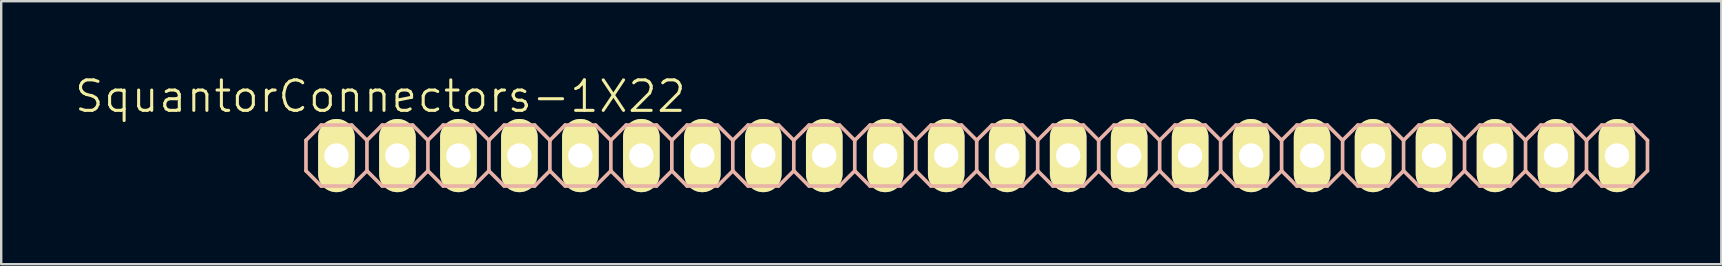
<source format=kicad_pcb>
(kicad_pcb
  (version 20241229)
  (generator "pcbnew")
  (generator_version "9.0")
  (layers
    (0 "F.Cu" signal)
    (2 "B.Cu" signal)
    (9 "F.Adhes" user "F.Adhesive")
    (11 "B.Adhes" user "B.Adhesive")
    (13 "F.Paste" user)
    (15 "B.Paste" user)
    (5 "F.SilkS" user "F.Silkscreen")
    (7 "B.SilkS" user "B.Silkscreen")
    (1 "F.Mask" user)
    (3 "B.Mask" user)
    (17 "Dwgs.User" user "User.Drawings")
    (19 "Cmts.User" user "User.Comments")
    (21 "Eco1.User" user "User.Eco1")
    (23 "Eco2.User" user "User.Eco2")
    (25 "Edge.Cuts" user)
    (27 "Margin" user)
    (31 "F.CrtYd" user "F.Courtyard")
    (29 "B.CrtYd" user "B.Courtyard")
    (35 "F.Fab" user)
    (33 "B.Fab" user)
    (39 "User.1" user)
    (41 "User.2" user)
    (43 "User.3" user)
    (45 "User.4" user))
  (footprint "SquantorConnectors-1X22"
    (layer "F.Cu")
    (at 37.635 3.43)
    (property "Reference" "SquantorConnectors-1X22" (at -24.841 -2.464 0) (layer "F.SilkS") (effects (font (size 1.27 1.27) (thickness 0.127))))
    (attr exclude_from_pos_files exclude_from_bom)
    (fp_line (start -26.924 -0.254) (end -26.416 -0.254) (stroke (width 0.066) (type solid)) (layer "F.SilkS"))
    (fp_line (start -26.924 0.254) (end -26.924 -0.254) (stroke (width 0.066) (type solid)) (layer "F.SilkS"))
    (fp_line (start -26.924 0.254) (end -26.416 0.254) (stroke (width 0.066) (type solid)) (layer "F.SilkS"))
    (fp_line (start -26.416 0.254) (end -26.416 -0.254) (stroke (width 0.066) (type solid)) (layer "F.SilkS"))
    (fp_line (start -24.384 -0.254) (end -23.876 -0.254) (stroke (width 0.066) (type solid)) (layer "F.SilkS"))
    (fp_line (start -24.384 0.254) (end -24.384 -0.254) (stroke (width 0.066) (type solid)) (layer "F.SilkS"))
    (fp_line (start -24.384 0.254) (end -23.876 0.254) (stroke (width 0.066) (type solid)) (layer "F.SilkS"))
    (fp_line (start -23.876 0.254) (end -23.876 -0.254) (stroke (width 0.066) (type solid)) (layer "F.SilkS"))
    (fp_line (start -21.844 -0.254) (end -21.336 -0.254) (stroke (width 0.066) (type solid)) (layer "F.SilkS"))
    (fp_line (start -21.844 0.254) (end -21.844 -0.254) (stroke (width 0.066) (type solid)) (layer "F.SilkS"))
    (fp_line (start -21.844 0.254) (end -21.336 0.254) (stroke (width 0.066) (type solid)) (layer "F.SilkS"))
    (fp_line (start -21.336 0.254) (end -21.336 -0.254) (stroke (width 0.066) (type solid)) (layer "F.SilkS"))
    (fp_line (start -19.304 -0.254) (end -18.796 -0.254) (stroke (width 0.066) (type solid)) (layer "F.SilkS"))
    (fp_line (start -19.304 0.254) (end -19.304 -0.254) (stroke (width 0.066) (type solid)) (layer "F.SilkS"))
    (fp_line (start -19.304 0.254) (end -18.796 0.254) (stroke (width 0.066) (type solid)) (layer "F.SilkS"))
    (fp_line (start -18.796 0.254) (end -18.796 -0.254) (stroke (width 0.066) (type solid)) (layer "F.SilkS"))
    (fp_line (start -16.764 -0.254) (end -16.256 -0.254) (stroke (width 0.066) (type solid)) (layer "F.SilkS"))
    (fp_line (start -16.764 0.254) (end -16.764 -0.254) (stroke (width 0.066) (type solid)) (layer "F.SilkS"))
    (fp_line (start -16.764 0.254) (end -16.256 0.254) (stroke (width 0.066) (type solid)) (layer "F.SilkS"))
    (fp_line (start -16.256 0.254) (end -16.256 -0.254) (stroke (width 0.066) (type solid)) (layer "F.SilkS"))
    (fp_line (start -14.224 -0.254) (end -13.716 -0.254) (stroke (width 0.066) (type solid)) (layer "F.SilkS"))
    (fp_line (start -14.224 0.254) (end -14.224 -0.254) (stroke (width 0.066) (type solid)) (layer "F.SilkS"))
    (fp_line (start -14.224 0.254) (end -13.716 0.254) (stroke (width 0.066) (type solid)) (layer "F.SilkS"))
    (fp_line (start -13.716 0.254) (end -13.716 -0.254) (stroke (width 0.066) (type solid)) (layer "F.SilkS"))
    (fp_line (start -11.684 -0.254) (end -11.176 -0.254) (stroke (width 0.066) (type solid)) (layer "F.SilkS"))
    (fp_line (start -11.684 0.254) (end -11.684 -0.254) (stroke (width 0.066) (type solid)) (layer "F.SilkS"))
    (fp_line (start -11.684 0.254) (end -11.176 0.254) (stroke (width 0.066) (type solid)) (layer "F.SilkS"))
    (fp_line (start -11.176 0.254) (end -11.176 -0.254) (stroke (width 0.066) (type solid)) (layer "F.SilkS"))
    (fp_line (start -9.144 -0.254) (end -8.636 -0.254) (stroke (width 0.066) (type solid)) (layer "F.SilkS"))
    (fp_line (start -9.144 0.254) (end -9.144 -0.254) (stroke (width 0.066) (type solid)) (layer "F.SilkS"))
    (fp_line (start -9.144 0.254) (end -8.636 0.254) (stroke (width 0.066) (type solid)) (layer "F.SilkS"))
    (fp_line (start -8.636 0.254) (end -8.636 -0.254) (stroke (width 0.066) (type solid)) (layer "F.SilkS"))
    (fp_line (start -6.604 -0.254) (end -6.096 -0.254) (stroke (width 0.066) (type solid)) (layer "F.SilkS"))
    (fp_line (start -6.604 0.254) (end -6.604 -0.254) (stroke (width 0.066) (type solid)) (layer "F.SilkS"))
    (fp_line (start -6.604 0.254) (end -6.096 0.254) (stroke (width 0.066) (type solid)) (layer "F.SilkS"))
    (fp_line (start -6.096 0.254) (end -6.096 -0.254) (stroke (width 0.066) (type solid)) (layer "F.SilkS"))
    (fp_line (start -4.064 -0.254) (end -3.556 -0.254) (stroke (width 0.066) (type solid)) (layer "F.SilkS"))
    (fp_line (start -4.064 0.254) (end -4.064 -0.254) (stroke (width 0.066) (type solid)) (layer "F.SilkS"))
    (fp_line (start -4.064 0.254) (end -3.556 0.254) (stroke (width 0.066) (type solid)) (layer "F.SilkS"))
    (fp_line (start -3.556 0.254) (end -3.556 -0.254) (stroke (width 0.066) (type solid)) (layer "F.SilkS"))
    (fp_line (start -1.524 -0.254) (end -1.016 -0.254) (stroke (width 0.066) (type solid)) (layer "F.SilkS"))
    (fp_line (start -1.524 0.254) (end -1.524 -0.254) (stroke (width 0.066) (type solid)) (layer "F.SilkS"))
    (fp_line (start -1.524 0.254) (end -1.016 0.254) (stroke (width 0.066) (type solid)) (layer "F.SilkS"))
    (fp_line (start -1.016 0.254) (end -1.016 -0.254) (stroke (width 0.066) (type solid)) (layer "F.SilkS"))
    (fp_line (start 1.016 -0.254) (end 1.524 -0.254) (stroke (width 0.066) (type solid)) (layer "F.SilkS"))
    (fp_line (start 1.016 0.254) (end 1.016 -0.254) (stroke (width 0.066) (type solid)) (layer "F.SilkS"))
    (fp_line (start 1.016 0.254) (end 1.524 0.254) (stroke (width 0.066) (type solid)) (layer "F.SilkS"))
    (fp_line (start 1.524 0.254) (end 1.524 -0.254) (stroke (width 0.066) (type solid)) (layer "F.SilkS"))
    (fp_line (start 3.556 -0.254) (end 4.064 -0.254) (stroke (width 0.066) (type solid)) (layer "F.SilkS"))
    (fp_line (start 3.556 0.254) (end 3.556 -0.254) (stroke (width 0.066) (type solid)) (layer "F.SilkS"))
    (fp_line (start 3.556 0.254) (end 4.064 0.254) (stroke (width 0.066) (type solid)) (layer "F.SilkS"))
    (fp_line (start 4.064 0.254) (end 4.064 -0.254) (stroke (width 0.066) (type solid)) (layer "F.SilkS"))
    (fp_line (start 6.096 -0.254) (end 6.604 -0.254) (stroke (width 0.066) (type solid)) (layer "F.SilkS"))
    (fp_line (start 6.096 0.254) (end 6.096 -0.254) (stroke (width 0.066) (type solid)) (layer "F.SilkS"))
    (fp_line (start 6.096 0.254) (end 6.604 0.254) (stroke (width 0.066) (type solid)) (layer "F.SilkS"))
    (fp_line (start 6.604 0.254) (end 6.604 -0.254) (stroke (width 0.066) (type solid)) (layer "F.SilkS"))
    (fp_line (start 8.636 -0.254) (end 9.144 -0.254) (stroke (width 0.066) (type solid)) (layer "F.SilkS"))
    (fp_line (start 8.636 0.254) (end 8.636 -0.254) (stroke (width 0.066) (type solid)) (layer "F.SilkS"))
    (fp_line (start 8.636 0.254) (end 9.144 0.254) (stroke (width 0.066) (type solid)) (layer "F.SilkS"))
    (fp_line (start 9.144 0.254) (end 9.144 -0.254) (stroke (width 0.066) (type solid)) (layer "F.SilkS"))
    (fp_line (start 11.176 -0.254) (end 11.684 -0.254) (stroke (width 0.066) (type solid)) (layer "F.SilkS"))
    (fp_line (start 11.176 0.254) (end 11.176 -0.254) (stroke (width 0.066) (type solid)) (layer "F.SilkS"))
    (fp_line (start 11.176 0.254) (end 11.684 0.254) (stroke (width 0.066) (type solid)) (layer "F.SilkS"))
    (fp_line (start 11.684 0.254) (end 11.684 -0.254) (stroke (width 0.066) (type solid)) (layer "F.SilkS"))
    (fp_line (start 13.716 -0.254) (end 14.224 -0.254) (stroke (width 0.066) (type solid)) (layer "F.SilkS"))
    (fp_line (start 13.716 0.254) (end 13.716 -0.254) (stroke (width 0.066) (type solid)) (layer "F.SilkS"))
    (fp_line (start 13.716 0.254) (end 14.224 0.254) (stroke (width 0.066) (type solid)) (layer "F.SilkS"))
    (fp_line (start 14.224 0.254) (end 14.224 -0.254) (stroke (width 0.066) (type solid)) (layer "F.SilkS"))
    (fp_line (start 16.256 -0.254) (end 16.764 -0.254) (stroke (width 0.066) (type solid)) (layer "F.SilkS"))
    (fp_line (start 16.256 0.254) (end 16.256 -0.254) (stroke (width 0.066) (type solid)) (layer "F.SilkS"))
    (fp_line (start 16.256 0.254) (end 16.764 0.254) (stroke (width 0.066) (type solid)) (layer "F.SilkS"))
    (fp_line (start 16.764 0.254) (end 16.764 -0.254) (stroke (width 0.066) (type solid)) (layer "F.SilkS"))
    (fp_line (start 18.796 -0.254) (end 19.304 -0.254) (stroke (width 0.066) (type solid)) (layer "F.SilkS"))
    (fp_line (start 18.796 0.254) (end 18.796 -0.254) (stroke (width 0.066) (type solid)) (layer "F.SilkS"))
    (fp_line (start 18.796 0.254) (end 19.304 0.254) (stroke (width 0.066) (type solid)) (layer "F.SilkS"))
    (fp_line (start 19.304 0.254) (end 19.304 -0.254) (stroke (width 0.066) (type solid)) (layer "F.SilkS"))
    (fp_line (start 21.336 -0.254) (end 21.844 -0.254) (stroke (width 0.066) (type solid)) (layer "F.SilkS"))
    (fp_line (start 21.336 0.254) (end 21.336 -0.254) (stroke (width 0.066) (type solid)) (layer "F.SilkS"))
    (fp_line (start 21.336 0.254) (end 21.844 0.254) (stroke (width 0.066) (type solid)) (layer "F.SilkS"))
    (fp_line (start 21.844 0.254) (end 21.844 -0.254) (stroke (width 0.066) (type solid)) (layer "F.SilkS"))
    (fp_line (start 23.876 -0.254) (end 24.384 -0.254) (stroke (width 0.066) (type solid)) (layer "F.SilkS"))
    (fp_line (start 23.876 0.254) (end 23.876 -0.254) (stroke (width 0.066) (type solid)) (layer "F.SilkS"))
    (fp_line (start 23.876 0.254) (end 24.384 0.254) (stroke (width 0.066) (type solid)) (layer "F.SilkS"))
    (fp_line (start 24.384 0.254) (end 24.384 -0.254) (stroke (width 0.066) (type solid)) (layer "F.SilkS"))
    (fp_line (start 26.416 -0.254) (end 26.924 -0.254) (stroke (width 0.066) (type solid)) (layer "F.SilkS"))
    (fp_line (start 26.416 0.254) (end 26.416 -0.254) (stroke (width 0.066) (type solid)) (layer "F.SilkS"))
    (fp_line (start 26.416 0.254) (end 26.924 0.254) (stroke (width 0.066) (type solid)) (layer "F.SilkS"))
    (fp_line (start 26.924 0.254) (end 26.924 -0.254) (stroke (width 0.066) (type solid)) (layer "F.SilkS"))
    (fp_line (start -27.94 -0.635) (end -27.94 0.635) (stroke (width 0.152) (type solid)) (layer "B.SilkS"))
    (fp_line (start -27.94 0.635) (end -27.305 1.27) (stroke (width 0.152) (type solid)) (layer "B.SilkS"))
    (fp_line (start -27.305 -1.27) (end -27.94 -0.635) (stroke (width 0.152) (type solid)) (layer "B.SilkS"))
    (fp_line (start -27.305 -1.27) (end -26.035 -1.27) (stroke (width 0.152) (type solid)) (layer "B.SilkS"))
    (fp_line (start -26.035 -1.27) (end -25.4 -0.635) (stroke (width 0.152) (type solid)) (layer "B.SilkS"))
    (fp_line (start -26.035 1.27) (end -27.305 1.27) (stroke (width 0.152) (type solid)) (layer "B.SilkS"))
    (fp_line (start -25.4 -0.635) (end -25.4 0.635) (stroke (width 0.152) (type solid)) (layer "B.SilkS"))
    (fp_line (start -25.4 -0.635) (end -24.765 -1.27) (stroke (width 0.152) (type solid)) (layer "B.SilkS"))
    (fp_line (start -25.4 0.635) (end -26.035 1.27) (stroke (width 0.152) (type solid)) (layer "B.SilkS"))
    (fp_line (start -24.765 -1.27) (end -23.495 -1.27) (stroke (width 0.152) (type solid)) (layer "B.SilkS"))
    (fp_line (start -24.765 1.27) (end -25.4 0.635) (stroke (width 0.152) (type solid)) (layer "B.SilkS"))
    (fp_line (start -23.495 -1.27) (end -22.86 -0.635) (stroke (width 0.152) (type solid)) (layer "B.SilkS"))
    (fp_line (start -23.495 1.27) (end -24.765 1.27) (stroke (width 0.152) (type solid)) (layer "B.SilkS"))
    (fp_line (start -22.86 -0.635) (end -22.86 0.635) (stroke (width 0.152) (type solid)) (layer "B.SilkS"))
    (fp_line (start -22.86 -0.635) (end -22.225 -1.27) (stroke (width 0.152) (type solid)) (layer "B.SilkS"))
    (fp_line (start -22.86 0.635) (end -23.495 1.27) (stroke (width 0.152) (type solid)) (layer "B.SilkS"))
    (fp_line (start -22.225 -1.27) (end -20.955 -1.27) (stroke (width 0.152) (type solid)) (layer "B.SilkS"))
    (fp_line (start -22.225 1.27) (end -22.86 0.635) (stroke (width 0.152) (type solid)) (layer "B.SilkS"))
    (fp_line (start -20.955 -1.27) (end -20.32 -0.635) (stroke (width 0.152) (type solid)) (layer "B.SilkS"))
    (fp_line (start -20.955 1.27) (end -22.225 1.27) (stroke (width 0.152) (type solid)) (layer "B.SilkS"))
    (fp_line (start -20.32 -0.635) (end -20.32 0.635) (stroke (width 0.152) (type solid)) (layer "B.SilkS"))
    (fp_line (start -20.32 0.635) (end -20.955 1.27) (stroke (width 0.152) (type solid)) (layer "B.SilkS"))
    (fp_line (start -20.32 0.635) (end -19.685 1.27) (stroke (width 0.152) (type solid)) (layer "B.SilkS"))
    (fp_line (start -19.685 -1.27) (end -20.32 -0.635) (stroke (width 0.152) (type solid)) (layer "B.SilkS"))
    (fp_line (start -19.685 -1.27) (end -18.415 -1.27) (stroke (width 0.152) (type solid)) (layer "B.SilkS"))
    (fp_line (start -18.415 -1.27) (end -17.78 -0.635) (stroke (width 0.152) (type solid)) (layer "B.SilkS"))
    (fp_line (start -18.415 1.27) (end -19.685 1.27) (stroke (width 0.152) (type solid)) (layer "B.SilkS"))
    (fp_line (start -17.78 -0.635) (end -17.78 0.635) (stroke (width 0.152) (type solid)) (layer "B.SilkS"))
    (fp_line (start -17.78 -0.635) (end -17.145 -1.27) (stroke (width 0.152) (type solid)) (layer "B.SilkS"))
    (fp_line (start -17.78 0.635) (end -18.415 1.27) (stroke (width 0.152) (type solid)) (layer "B.SilkS"))
    (fp_line (start -17.145 -1.27) (end -15.875 -1.27) (stroke (width 0.152) (type solid)) (layer "B.SilkS"))
    (fp_line (start -17.145 1.27) (end -17.78 0.635) (stroke (width 0.152) (type solid)) (layer "B.SilkS"))
    (fp_line (start -15.875 -1.27) (end -15.24 -0.635) (stroke (width 0.152) (type solid)) (layer "B.SilkS"))
    (fp_line (start -15.875 1.27) (end -17.145 1.27) (stroke (width 0.152) (type solid)) (layer "B.SilkS"))
    (fp_line (start -15.24 -0.635) (end -15.24 0.635) (stroke (width 0.152) (type solid)) (layer "B.SilkS"))
    (fp_line (start -15.24 -0.635) (end -14.605 -1.27) (stroke (width 0.152) (type solid)) (layer "B.SilkS"))
    (fp_line (start -15.24 0.635) (end -15.875 1.27) (stroke (width 0.152) (type solid)) (layer "B.SilkS"))
    (fp_line (start -14.605 -1.27) (end -13.335 -1.27) (stroke (width 0.152) (type solid)) (layer "B.SilkS"))
    (fp_line (start -14.605 1.27) (end -15.24 0.635) (stroke (width 0.152) (type solid)) (layer "B.SilkS"))
    (fp_line (start -13.335 -1.27) (end -12.7 -0.635) (stroke (width 0.152) (type solid)) (layer "B.SilkS"))
    (fp_line (start -13.335 1.27) (end -14.605 1.27) (stroke (width 0.152) (type solid)) (layer "B.SilkS"))
    (fp_line (start -12.7 -0.635) (end -12.7 0.635) (stroke (width 0.152) (type solid)) (layer "B.SilkS"))
    (fp_line (start -12.7 0.635) (end -13.335 1.27) (stroke (width 0.152) (type solid)) (layer "B.SilkS"))
    (fp_line (start -12.7 0.635) (end -12.065 1.27) (stroke (width 0.152) (type solid)) (layer "B.SilkS"))
    (fp_line (start -12.065 -1.27) (end -12.7 -0.635) (stroke (width 0.152) (type solid)) (layer "B.SilkS"))
    (fp_line (start -12.065 -1.27) (end -10.795 -1.27) (stroke (width 0.152) (type solid)) (layer "B.SilkS"))
    (fp_line (start -10.795 -1.27) (end -10.16 -0.635) (stroke (width 0.152) (type solid)) (layer "B.SilkS"))
    (fp_line (start -10.795 1.27) (end -12.065 1.27) (stroke (width 0.152) (type solid)) (layer "B.SilkS"))
    (fp_line (start -10.16 -0.635) (end -10.16 0.635) (stroke (width 0.152) (type solid)) (layer "B.SilkS"))
    (fp_line (start -10.16 -0.635) (end -9.525 -1.27) (stroke (width 0.152) (type solid)) (layer "B.SilkS"))
    (fp_line (start -10.16 0.635) (end -10.795 1.27) (stroke (width 0.152) (type solid)) (layer "B.SilkS"))
    (fp_line (start -9.525 -1.27) (end -8.255 -1.27) (stroke (width 0.152) (type solid)) (layer "B.SilkS"))
    (fp_line (start -9.525 1.27) (end -10.16 0.635) (stroke (width 0.152) (type solid)) (layer "B.SilkS"))
    (fp_line (start -8.255 -1.27) (end -7.62 -0.635) (stroke (width 0.152) (type solid)) (layer "B.SilkS"))
    (fp_line (start -8.255 1.27) (end -9.525 1.27) (stroke (width 0.152) (type solid)) (layer "B.SilkS"))
    (fp_line (start -7.62 -0.635) (end -7.62 0.635) (stroke (width 0.152) (type solid)) (layer "B.SilkS"))
    (fp_line (start -7.62 -0.635) (end -6.985 -1.27) (stroke (width 0.152) (type solid)) (layer "B.SilkS"))
    (fp_line (start -7.62 0.635) (end -8.255 1.27) (stroke (width 0.152) (type solid)) (layer "B.SilkS"))
    (fp_line (start -6.985 -1.27) (end -5.715 -1.27) (stroke (width 0.152) (type solid)) (layer "B.SilkS"))
    (fp_line (start -6.985 1.27) (end -7.62 0.635) (stroke (width 0.152) (type solid)) (layer "B.SilkS"))
    (fp_line (start -5.715 -1.27) (end -5.08 -0.635) (stroke (width 0.152) (type solid)) (layer "B.SilkS"))
    (fp_line (start -5.715 1.27) (end -6.985 1.27) (stroke (width 0.152) (type solid)) (layer "B.SilkS"))
    (fp_line (start -5.08 -0.635) (end -5.08 0.635) (stroke (width 0.152) (type solid)) (layer "B.SilkS"))
    (fp_line (start -5.08 0.635) (end -5.715 1.27) (stroke (width 0.152) (type solid)) (layer "B.SilkS"))
    (fp_line (start -5.08 0.635) (end -4.445 1.27) (stroke (width 0.152) (type solid)) (layer "B.SilkS"))
    (fp_line (start -4.445 -1.27) (end -5.08 -0.635) (stroke (width 0.152) (type solid)) (layer "B.SilkS"))
    (fp_line (start -4.445 -1.27) (end -3.175 -1.27) (stroke (width 0.152) (type solid)) (layer "B.SilkS"))
    (fp_line (start -3.175 -1.27) (end -2.54 -0.635) (stroke (width 0.152) (type solid)) (layer "B.SilkS"))
    (fp_line (start -3.175 1.27) (end -4.445 1.27) (stroke (width 0.152) (type solid)) (layer "B.SilkS"))
    (fp_line (start -2.54 -0.635) (end -2.54 0.635) (stroke (width 0.152) (type solid)) (layer "B.SilkS"))
    (fp_line (start -2.54 -0.635) (end -1.905 -1.27) (stroke (width 0.152) (type solid)) (layer "B.SilkS"))
    (fp_line (start -2.54 0.635) (end -3.175 1.27) (stroke (width 0.152) (type solid)) (layer "B.SilkS"))
    (fp_line (start -1.905 -1.27) (end -0.635 -1.27) (stroke (width 0.152) (type solid)) (layer "B.SilkS"))
    (fp_line (start -1.905 1.27) (end -2.54 0.635) (stroke (width 0.152) (type solid)) (layer "B.SilkS"))
    (fp_line (start -0.635 -1.27) (end 0 -0.635) (stroke (width 0.152) (type solid)) (layer "B.SilkS"))
    (fp_line (start -0.635 1.27) (end -1.905 1.27) (stroke (width 0.152) (type solid)) (layer "B.SilkS"))
    (fp_line (start 0 -0.635) (end 0 0.635) (stroke (width 0.152) (type solid)) (layer "B.SilkS"))
    (fp_line (start 0 -0.635) (end 0.635 -1.27) (stroke (width 0.152) (type solid)) (layer "B.SilkS"))
    (fp_line (start 0 0.635) (end -0.635 1.27) (stroke (width 0.152) (type solid)) (layer "B.SilkS"))
    (fp_line (start 0.635 -1.27) (end 1.905 -1.27) (stroke (width 0.152) (type solid)) (layer "B.SilkS"))
    (fp_line (start 0.635 1.27) (end 0 0.635) (stroke (width 0.152) (type solid)) (layer "B.SilkS"))
    (fp_line (start 1.905 -1.27) (end 2.54 -0.635) (stroke (width 0.152) (type solid)) (layer "B.SilkS"))
    (fp_line (start 1.905 1.27) (end 0.635 1.27) (stroke (width 0.152) (type solid)) (layer "B.SilkS"))
    (fp_line (start 2.54 -0.635) (end 2.54 0.635) (stroke (width 0.152) (type solid)) (layer "B.SilkS"))
    (fp_line (start 2.54 0.635) (end 1.905 1.27) (stroke (width 0.152) (type solid)) (layer "B.SilkS"))
    (fp_line (start 2.54 0.635) (end 3.175 1.27) (stroke (width 0.152) (type solid)) (layer "B.SilkS"))
    (fp_line (start 3.175 -1.27) (end 2.54 -0.635) (stroke (width 0.152) (type solid)) (layer "B.SilkS"))
    (fp_line (start 3.175 -1.27) (end 4.445 -1.27) (stroke (width 0.152) (type solid)) (layer "B.SilkS"))
    (fp_line (start 4.445 -1.27) (end 5.08 -0.635) (stroke (width 0.152) (type solid)) (layer "B.SilkS"))
    (fp_line (start 4.445 1.27) (end 3.175 1.27) (stroke (width 0.152) (type solid)) (layer "B.SilkS"))
    (fp_line (start 5.08 -0.635) (end 5.08 0.635) (stroke (width 0.152) (type solid)) (layer "B.SilkS"))
    (fp_line (start 5.08 -0.635) (end 5.715 -1.27) (stroke (width 0.152) (type solid)) (layer "B.SilkS"))
    (fp_line (start 5.08 0.635) (end 4.445 1.27) (stroke (width 0.152) (type solid)) (layer "B.SilkS"))
    (fp_line (start 5.715 -1.27) (end 6.985 -1.27) (stroke (width 0.152) (type solid)) (layer "B.SilkS"))
    (fp_line (start 5.715 1.27) (end 5.08 0.635) (stroke (width 0.152) (type solid)) (layer "B.SilkS"))
    (fp_line (start 6.985 -1.27) (end 7.62 -0.635) (stroke (width 0.152) (type solid)) (layer "B.SilkS"))
    (fp_line (start 6.985 1.27) (end 5.715 1.27) (stroke (width 0.152) (type solid)) (layer "B.SilkS"))
    (fp_line (start 7.62 -0.635) (end 7.62 0.635) (stroke (width 0.152) (type solid)) (layer "B.SilkS"))
    (fp_line (start 7.62 -0.635) (end 8.255 -1.27) (stroke (width 0.152) (type solid)) (layer "B.SilkS"))
    (fp_line (start 7.62 0.635) (end 6.985 1.27) (stroke (width 0.152) (type solid)) (layer "B.SilkS"))
    (fp_line (start 8.255 -1.27) (end 9.525 -1.27) (stroke (width 0.152) (type solid)) (layer "B.SilkS"))
    (fp_line (start 8.255 1.27) (end 7.62 0.635) (stroke (width 0.152) (type solid)) (layer "B.SilkS"))
    (fp_line (start 9.525 -1.27) (end 10.16 -0.635) (stroke (width 0.152) (type solid)) (layer "B.SilkS"))
    (fp_line (start 9.525 1.27) (end 8.255 1.27) (stroke (width 0.152) (type solid)) (layer "B.SilkS"))
    (fp_line (start 10.16 -0.635) (end 10.16 0.635) (stroke (width 0.152) (type solid)) (layer "B.SilkS"))
    (fp_line (start 10.16 0.635) (end 9.525 1.27) (stroke (width 0.152) (type solid)) (layer "B.SilkS"))
    (fp_line (start 10.16 0.635) (end 10.795 1.27) (stroke (width 0.152) (type solid)) (layer "B.SilkS"))
    (fp_line (start 10.795 -1.27) (end 10.16 -0.635) (stroke (width 0.152) (type solid)) (layer "B.SilkS"))
    (fp_line (start 10.795 -1.27) (end 12.065 -1.27) (stroke (width 0.152) (type solid)) (layer "B.SilkS"))
    (fp_line (start 12.065 -1.27) (end 12.7 -0.635) (stroke (width 0.152) (type solid)) (layer "B.SilkS"))
    (fp_line (start 12.065 1.27) (end 10.795 1.27) (stroke (width 0.152) (type solid)) (layer "B.SilkS"))
    (fp_line (start 12.7 -0.635) (end 12.7 0.635) (stroke (width 0.152) (type solid)) (layer "B.SilkS"))
    (fp_line (start 12.7 -0.635) (end 13.335 -1.27) (stroke (width 0.152) (type solid)) (layer "B.SilkS"))
    (fp_line (start 12.7 0.635) (end 12.065 1.27) (stroke (width 0.152) (type solid)) (layer "B.SilkS"))
    (fp_line (start 13.335 -1.27) (end 14.605 -1.27) (stroke (width 0.152) (type solid)) (layer "B.SilkS"))
    (fp_line (start 13.335 1.27) (end 12.7 0.635) (stroke (width 0.152) (type solid)) (layer "B.SilkS"))
    (fp_line (start 14.605 -1.27) (end 15.24 -0.635) (stroke (width 0.152) (type solid)) (layer "B.SilkS"))
    (fp_line (start 14.605 1.27) (end 13.335 1.27) (stroke (width 0.152) (type solid)) (layer "B.SilkS"))
    (fp_line (start 15.24 -0.635) (end 15.24 0.635) (stroke (width 0.152) (type solid)) (layer "B.SilkS"))
    (fp_line (start 15.24 -0.635) (end 15.875 -1.27) (stroke (width 0.152) (type solid)) (layer "B.SilkS"))
    (fp_line (start 15.24 0.635) (end 14.605 1.27) (stroke (width 0.152) (type solid)) (layer "B.SilkS"))
    (fp_line (start 15.875 -1.27) (end 17.145 -1.27) (stroke (width 0.152) (type solid)) (layer "B.SilkS"))
    (fp_line (start 15.875 1.27) (end 15.24 0.635) (stroke (width 0.152) (type solid)) (layer "B.SilkS"))
    (fp_line (start 17.145 -1.27) (end 17.78 -0.635) (stroke (width 0.152) (type solid)) (layer "B.SilkS"))
    (fp_line (start 17.145 1.27) (end 15.875 1.27) (stroke (width 0.152) (type solid)) (layer "B.SilkS"))
    (fp_line (start 17.78 -0.635) (end 17.78 0.635) (stroke (width 0.152) (type solid)) (layer "B.SilkS"))
    (fp_line (start 17.78 0.635) (end 17.145 1.27) (stroke (width 0.152) (type solid)) (layer "B.SilkS"))
    (fp_line (start 17.78 0.635) (end 18.415 1.27) (stroke (width 0.152) (type solid)) (layer "B.SilkS"))
    (fp_line (start 18.415 -1.27) (end 17.78 -0.635) (stroke (width 0.152) (type solid)) (layer "B.SilkS"))
    (fp_line (start 18.415 -1.27) (end 19.685 -1.27) (stroke (width 0.152) (type solid)) (layer "B.SilkS"))
    (fp_line (start 19.685 -1.27) (end 20.32 -0.635) (stroke (width 0.152) (type solid)) (layer "B.SilkS"))
    (fp_line (start 19.685 1.27) (end 18.415 1.27) (stroke (width 0.152) (type solid)) (layer "B.SilkS"))
    (fp_line (start 20.32 -0.635) (end 20.32 0.635) (stroke (width 0.152) (type solid)) (layer "B.SilkS"))
    (fp_line (start 20.32 0.635) (end 19.685 1.27) (stroke (width 0.152) (type solid)) (layer "B.SilkS"))
    (fp_line (start 20.32 0.635) (end 20.955 1.27) (stroke (width 0.152) (type solid)) (layer "B.SilkS"))
    (fp_line (start 20.955 -1.27) (end 20.32 -0.635) (stroke (width 0.152) (type solid)) (layer "B.SilkS"))
    (fp_line (start 20.955 -1.27) (end 22.225 -1.27) (stroke (width 0.152) (type solid)) (layer "B.SilkS"))
    (fp_line (start 22.225 -1.27) (end 22.86 -0.635) (stroke (width 0.152) (type solid)) (layer "B.SilkS"))
    (fp_line (start 22.225 1.27) (end 20.955 1.27) (stroke (width 0.152) (type solid)) (layer "B.SilkS"))
    (fp_line (start 22.86 -0.635) (end 22.86 0.635) (stroke (width 0.152) (type solid)) (layer "B.SilkS"))
    (fp_line (start 22.86 0.635) (end 22.225 1.27) (stroke (width 0.152) (type solid)) (layer "B.SilkS"))
    (fp_line (start 22.86 0.635) (end 23.495 1.27) (stroke (width 0.152) (type solid)) (layer "B.SilkS"))
    (fp_line (start 23.495 -1.27) (end 22.86 -0.635) (stroke (width 0.152) (type solid)) (layer "B.SilkS"))
    (fp_line (start 23.495 -1.27) (end 24.765 -1.27) (stroke (width 0.152) (type solid)) (layer "B.SilkS"))
    (fp_line (start 24.765 -1.27) (end 25.4 -0.635) (stroke (width 0.152) (type solid)) (layer "B.SilkS"))
    (fp_line (start 24.765 1.27) (end 23.495 1.27) (stroke (width 0.152) (type solid)) (layer "B.SilkS"))
    (fp_line (start 25.4 -0.635) (end 25.4 0.635) (stroke (width 0.152) (type solid)) (layer "B.SilkS"))
    (fp_line (start 25.4 0.635) (end 24.765 1.27) (stroke (width 0.152) (type solid)) (layer "B.SilkS"))
    (fp_line (start 25.4 0.635) (end 26.035 1.27) (stroke (width 0.152) (type solid)) (layer "B.SilkS"))
    (fp_line (start 26.035 -1.27) (end 25.4 -0.635) (stroke (width 0.152) (type solid)) (layer "B.SilkS"))
    (fp_line (start 26.035 -1.27) (end 27.305 -1.27) (stroke (width 0.152) (type solid)) (layer "B.SilkS"))
    (fp_line (start 27.305 -1.27) (end 27.94 -0.635) (stroke (width 0.152) (type solid)) (layer "B.SilkS"))
    (fp_line (start 27.305 1.27) (end 26.035 1.27) (stroke (width 0.152) (type solid)) (layer "B.SilkS"))
    (fp_line (start 27.94 -0.635) (end 27.94 0.635) (stroke (width 0.152) (type solid)) (layer "B.SilkS"))
    (fp_line (start 27.94 0.635) (end 27.305 1.27) (stroke (width 0.152) (type solid)) (layer "B.SilkS"))
    (pad "1" thru_hole oval (at -26.67 0 180) (size 1.524 3.048) (drill 1.016) (layers "*.Cu" "F.Mask" "F.SilkS" "F.Paste"))
    (pad "2" thru_hole oval (at -24.13 0 180) (size 1.524 3.048) (drill 1.016) (layers "*.Cu" "F.Mask" "F.SilkS" "F.Paste"))
    (pad "3" thru_hole oval (at -21.59 0 180) (size 1.524 3.048) (drill 1.016) (layers "*.Cu" "F.Mask" "F.SilkS" "F.Paste"))
    (pad "4" thru_hole oval (at -19.05 0 180) (size 1.524 3.048) (drill 1.016) (layers "*.Cu" "F.Mask" "F.SilkS" "F.Paste"))
    (pad "5" thru_hole oval (at -16.51 0 180) (size 1.524 3.048) (drill 1.016) (layers "*.Cu" "F.Mask" "F.SilkS" "F.Paste"))
    (pad "6" thru_hole oval (at -13.97 0 180) (size 1.524 3.048) (drill 1.016) (layers "*.Cu" "F.Mask" "F.SilkS" "F.Paste"))
    (pad "7" thru_hole oval (at -11.43 0 180) (size 1.524 3.048) (drill 1.016) (layers "*.Cu" "F.Mask" "F.SilkS" "F.Paste"))
    (pad "8" thru_hole oval (at -8.89 0 180) (size 1.524 3.048) (drill 1.016) (layers "*.Cu" "F.Mask" "F.SilkS" "F.Paste"))
    (pad "9" thru_hole oval (at -6.35 0 180) (size 1.524 3.048) (drill 1.016) (layers "*.Cu" "F.Mask" "F.SilkS" "F.Paste"))
    (pad "10" thru_hole oval (at -3.81 0 180) (size 1.524 3.048) (drill 1.016) (layers "*.Cu" "F.Mask" "F.SilkS" "F.Paste"))
    (pad "11" thru_hole oval (at -1.27 0 180) (size 1.524 3.048) (drill 1.016) (layers "*.Cu" "F.Mask" "F.SilkS" "F.Paste"))
    (pad "12" thru_hole oval (at 1.27 0 180) (size 1.524 3.048) (drill 1.016) (layers "*.Cu" "F.Mask" "F.SilkS" "F.Paste"))
    (pad "13" thru_hole oval (at 3.81 0 180) (size 1.524 3.048) (drill 1.016) (layers "*.Cu" "F.Mask" "F.SilkS" "F.Paste"))
    (pad "14" thru_hole oval (at 6.35 0 180) (size 1.524 3.048) (drill 1.016) (layers "*.Cu" "F.Mask" "F.SilkS" "F.Paste"))
    (pad "15" thru_hole oval (at 8.89 0 180) (size 1.524 3.048) (drill 1.016) (layers "*.Cu" "F.Mask" "F.SilkS" "F.Paste"))
    (pad "16" thru_hole oval (at 11.43 0 180) (size 1.524 3.048) (drill 1.016) (layers "*.Cu" "F.Mask" "F.SilkS" "F.Paste"))
    (pad "17" thru_hole oval (at 13.97 0 180) (size 1.524 3.048) (drill 1.016) (layers "*.Cu" "F.Mask" "F.SilkS" "F.Paste"))
    (pad "18" thru_hole oval (at 16.51 0 180) (size 1.524 3.048) (drill 1.016) (layers "*.Cu" "F.Mask" "F.SilkS" "F.Paste"))
    (pad "19" thru_hole oval (at 19.05 0 180) (size 1.524 3.048) (drill 1.016) (layers "*.Cu" "F.Mask" "F.SilkS" "F.Paste"))
    (pad "20" thru_hole oval (at 21.59 0 180) (size 1.524 3.048) (drill 1.016) (layers "*.Cu" "F.Mask" "F.SilkS" "F.Paste"))
    (pad "21" thru_hole oval (at 24.13 0 180) (size 1.524 3.048) (drill 1.016) (layers "*.Cu" "F.Mask" "F.SilkS" "F.Paste"))
    (pad "22" thru_hole oval (at 26.67 0 180) (size 1.524 3.048) (drill 1.016) (layers "*.Cu" "F.Mask" "F.SilkS" "F.Paste")))
  (gr_rect
    (start -3 -3)
    (end 68.651 7.954)
    (stroke (width 0.1) (type default))
    (fill no)
    (layer "Edge.Cuts")))
</source>
